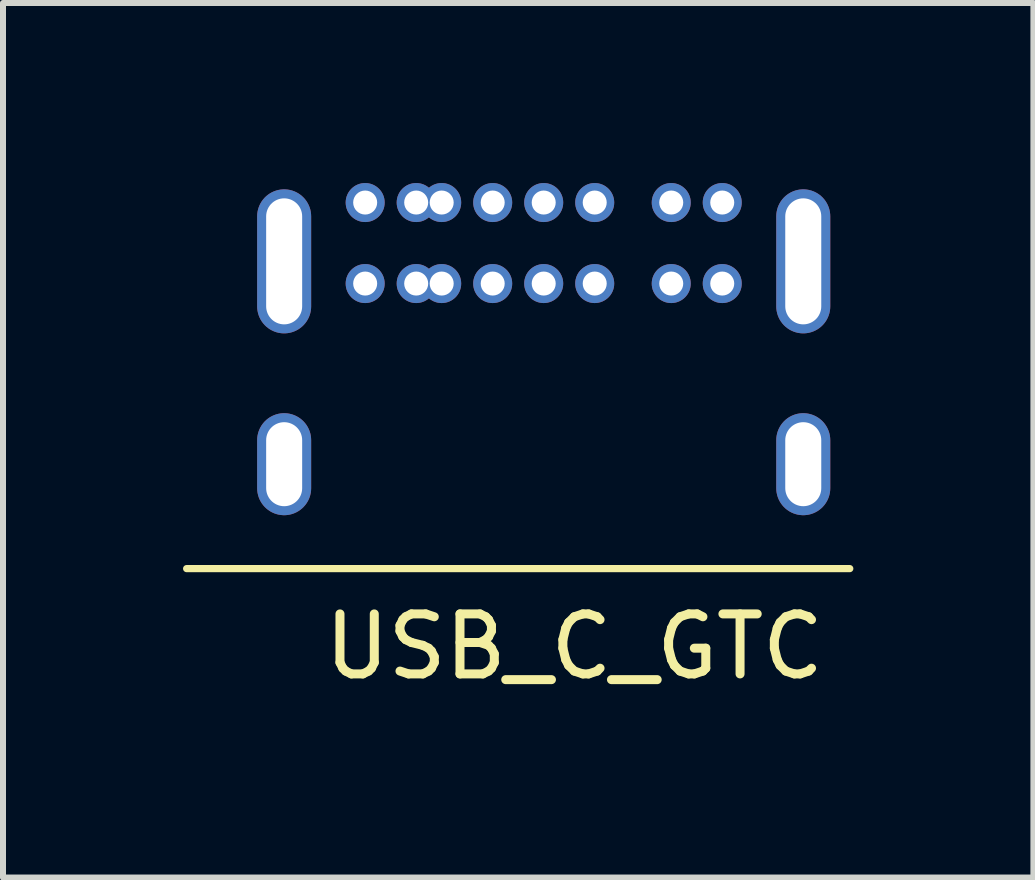
<source format=kicad_pcb>
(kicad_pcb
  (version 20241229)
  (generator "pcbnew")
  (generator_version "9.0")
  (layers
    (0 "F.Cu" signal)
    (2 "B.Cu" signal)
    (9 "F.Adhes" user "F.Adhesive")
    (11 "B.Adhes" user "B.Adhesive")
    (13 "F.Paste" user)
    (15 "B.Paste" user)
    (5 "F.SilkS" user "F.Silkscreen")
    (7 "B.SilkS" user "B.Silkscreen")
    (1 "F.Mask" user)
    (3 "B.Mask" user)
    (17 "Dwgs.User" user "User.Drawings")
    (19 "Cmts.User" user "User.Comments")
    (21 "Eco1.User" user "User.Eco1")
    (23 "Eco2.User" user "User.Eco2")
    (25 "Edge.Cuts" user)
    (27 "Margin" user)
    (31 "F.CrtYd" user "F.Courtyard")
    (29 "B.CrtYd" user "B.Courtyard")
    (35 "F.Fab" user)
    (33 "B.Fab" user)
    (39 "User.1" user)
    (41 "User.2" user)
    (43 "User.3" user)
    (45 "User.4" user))
  (footprint "USB_C_GTC"
    (layer "F.Cu")
    (at 6.01 6.425)
    (property "Reference" "USB_C_GTC" (at 0.51 1.3 0) (layer "F.SilkS") (effects (font (size 1 1) (thickness 0.15))))
    (attr through_hole)
    (fp_line (start -5.95 0) (end 5.1 0) (stroke (width 0.12) (type solid)) (layer "F.SilkS"))
    (pad "1" thru_hole circle (at -2.975 -6.1) (size 0.65 0.65) (drill 0.4) (layers "*.Cu" "*.Mask"))
    (pad "2" thru_hole circle (at -2.125 -6.1) (size 0.65 0.65) (drill 0.4) (layers "*.Cu" "*.Mask"))
    (pad "3" thru_hole circle (at -1.7 -6.1) (size 0.65 0.65) (drill 0.4) (layers "*.Cu" "*.Mask"))
    (pad "4" thru_hole circle (at -0.85 -6.1) (size 0.65 0.65) (drill 0.4) (layers "*.Cu" "*.Mask"))
    (pad "5" thru_hole circle (at 0 -6.1) (size 0.65 0.65) (drill 0.4) (layers "*.Cu" "*.Mask"))
    (pad "6" thru_hole circle (at 0.85 -6.1) (size 0.65 0.65) (drill 0.4) (layers "*.Cu" "*.Mask"))
    (pad "7" thru_hole circle (at 2.125 -6.1) (size 0.65 0.65) (drill 0.4) (layers "*.Cu" "*.Mask"))
    (pad "8" thru_hole circle (at 2.975 -6.1) (size 0.65 0.65) (drill 0.4) (layers "*.Cu" "*.Mask"))
    (pad "9" thru_hole circle (at -2.975 -4.75) (size 0.65 0.65) (drill 0.4) (layers "*.Cu" "*.Mask"))
    (pad "10" thru_hole circle (at -2.125 -4.75) (size 0.65 0.65) (drill 0.4) (layers "*.Cu" "*.Mask"))
    (pad "11" thru_hole circle (at -1.7 -4.75) (size 0.65 0.65) (drill 0.4) (layers "*.Cu" "*.Mask"))
    (pad "12" thru_hole circle (at -0.85 -4.75) (size 0.65 0.65) (drill 0.4) (layers "*.Cu" "*.Mask"))
    (pad "13" thru_hole circle (at 0 -4.75) (size 0.65 0.65) (drill 0.4) (layers "*.Cu" "*.Mask"))
    (pad "14" thru_hole circle (at 0.85 -4.75) (size 0.65 0.65) (drill 0.4) (layers "*.Cu" "*.Mask"))
    (pad "15" thru_hole circle (at 2.125 -4.75) (size 0.65 0.65) (drill 0.4) (layers "*.Cu" "*.Mask"))
    (pad "16" thru_hole circle (at 2.975 -4.75) (size 0.65 0.65) (drill 0.4) (layers "*.Cu" "*.Mask"))
    (pad "17" thru_hole oval (at -4.325 -5.12) (size 0.9 2.4) (drill oval 0.6 2.1) (layers "*.Cu" "*.Mask"))
    (pad "18" thru_hole oval (at 4.325 -5.12) (size 0.9 2.4) (drill oval 0.6 2.1) (layers "*.Cu" "*.Mask"))
    (pad "19" thru_hole oval (at -4.325 -1.74) (size 0.9 1.7) (drill oval 0.6 1.4) (layers "*.Cu" "*.Mask"))
    (pad "20" thru_hole oval (at 4.325 -1.74) (size 0.9 1.7) (drill oval 0.6 1.4) (layers "*.Cu" "*.Mask")))
  (gr_rect
    (start -3 -3)
    (end 14.17 11.573)
    (stroke (width 0.1) (type default))
    (fill no)
    (layer "Edge.Cuts")))
</source>
